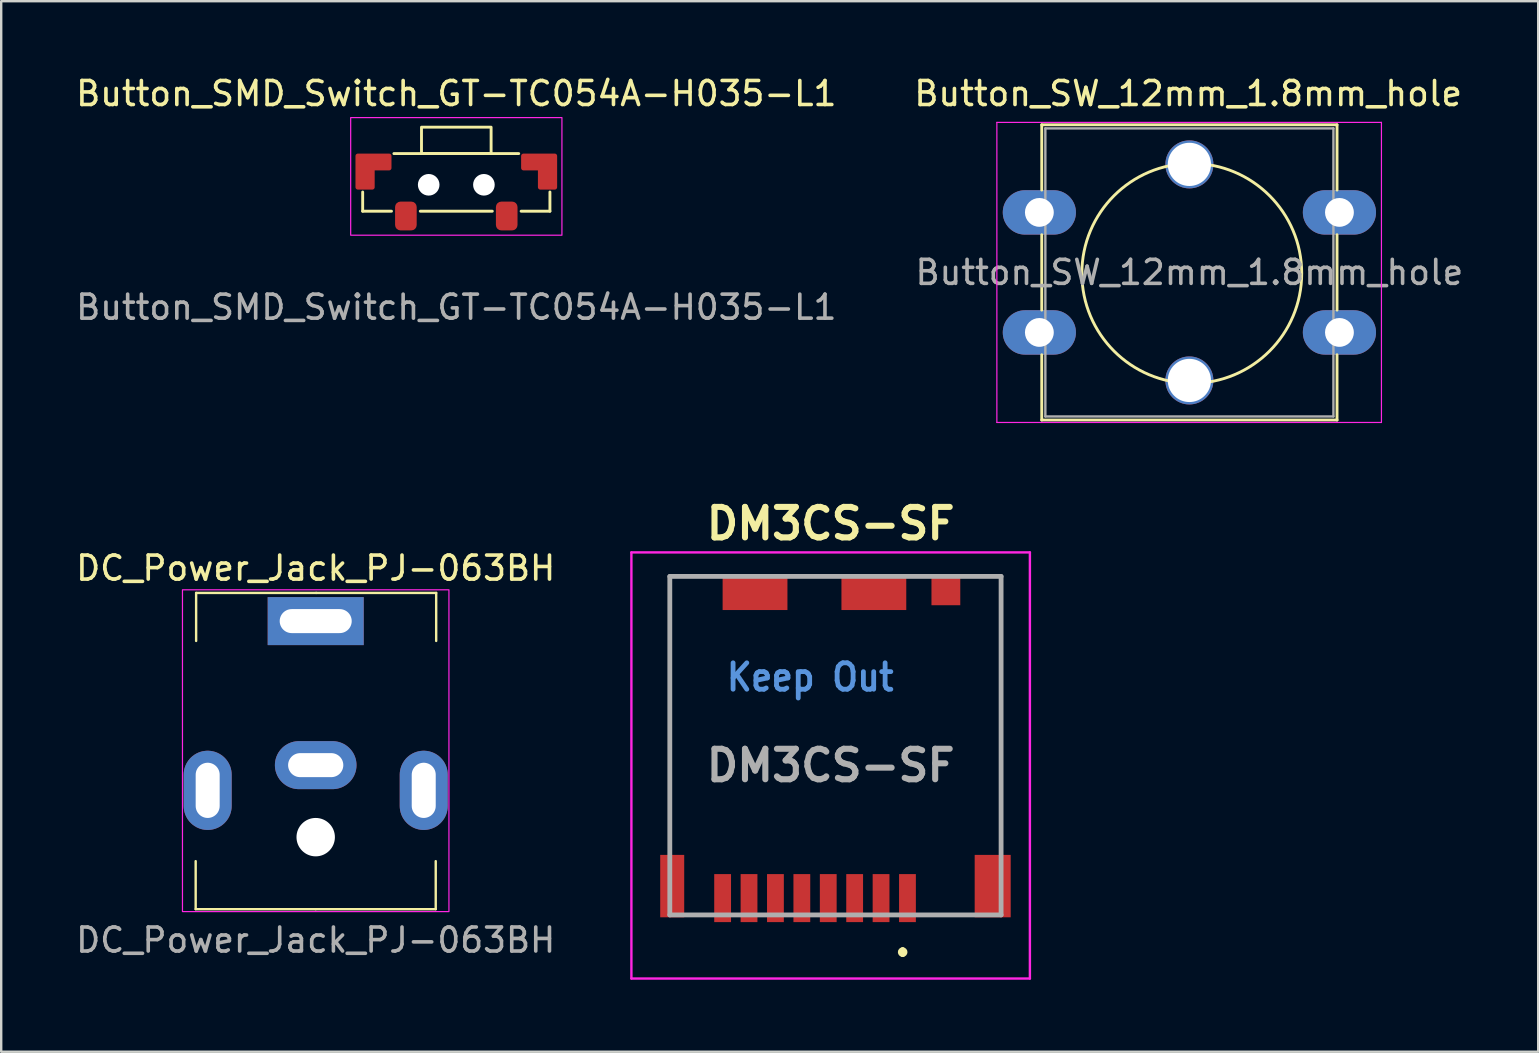
<source format=kicad_pcb>
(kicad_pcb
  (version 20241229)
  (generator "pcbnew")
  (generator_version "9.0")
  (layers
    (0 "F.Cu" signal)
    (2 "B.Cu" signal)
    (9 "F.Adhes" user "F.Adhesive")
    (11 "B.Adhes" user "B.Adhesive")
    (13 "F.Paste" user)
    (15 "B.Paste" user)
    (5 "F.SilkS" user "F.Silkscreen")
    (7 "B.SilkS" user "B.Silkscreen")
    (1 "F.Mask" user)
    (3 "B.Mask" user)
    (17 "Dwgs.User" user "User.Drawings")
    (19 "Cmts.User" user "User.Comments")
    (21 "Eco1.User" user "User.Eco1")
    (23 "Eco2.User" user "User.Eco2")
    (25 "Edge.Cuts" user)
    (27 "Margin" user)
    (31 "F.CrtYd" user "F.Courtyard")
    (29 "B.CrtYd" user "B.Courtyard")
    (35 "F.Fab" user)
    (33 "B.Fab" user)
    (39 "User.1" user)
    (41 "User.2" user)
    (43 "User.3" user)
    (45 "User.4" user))
  (footprint "Button_SW_12mm_1.8mm_hole"
    (layer "F.Cu")
    (at 46.496 8.298)
    (property "Reference" "Button_SW_12mm_1.8mm_hole" (at -0.05 -7.45 0) (unlocked yes) (layer "F.SilkS") (effects (font (size 1 1) (thickness 0.15))))
    (attr through_hole)
    (fp_line (start -6.15 -6.15) (end 6.15 -6.15) (stroke (width 0.12) (type solid)) (layer "F.SilkS"))
    (fp_line (start -6.15 -3.43) (end -6.15 -6.15) (stroke (width 0.12) (type solid)) (layer "F.SilkS"))
    (fp_line (start -6.15 1.57) (end -6.15 -1.57) (stroke (width 0.12) (type solid)) (layer "F.SilkS"))
    (fp_line (start -6.15 6.15) (end -6.15 3.43) (stroke (width 0.12) (type solid)) (layer "F.SilkS"))
    (fp_line (start 6.15 -6.15) (end 6.15 -3.43) (stroke (width 0.12) (type solid)) (layer "F.SilkS"))
    (fp_line (start 6.15 -1.57) (end 6.15 1.57) (stroke (width 0.12) (type solid)) (layer "F.SilkS"))
    (fp_line (start 6.15 3.43) (end 6.15 6.15) (stroke (width 0.12) (type solid)) (layer "F.SilkS"))
    (fp_line (start 6.15 6.15) (end -6.15 6.15) (stroke (width 0.12) (type solid)) (layer "F.SilkS"))
    (fp_circle (center 0.1 0.04) (end 3.91 2.58) (stroke (width 0.12) (type solid)) (fill no) (layer "F.SilkS"))
    (fp_line (start -8.02 -6.25) (end -8.02 6.25) (stroke (width 0.05) (type solid)) (layer "F.CrtYd"))
    (fp_line (start -8.02 -6.25) (end 8 -6.25) (stroke (width 0.05) (type solid)) (layer "F.CrtYd"))
    (fp_line (start 8 6.25) (end -8.02 6.25) (stroke (width 0.05) (type solid)) (layer "F.CrtYd"))
    (fp_line (start 8 6.25) (end 8 -6.25) (stroke (width 0.05) (type solid)) (layer "F.CrtYd"))
    (fp_line (start -6 -6) (end -6 6) (stroke (width 0.1) (type solid)) (layer "F.Fab"))
    (fp_line (start -6 -6) (end 6 -6) (stroke (width 0.1) (type solid)) (layer "F.Fab"))
    (fp_line (start -6 6) (end 6 6) (stroke (width 0.1) (type solid)) (layer "F.Fab"))
    (fp_line (start 6 -6) (end 6 6) (stroke (width 0.1) (type solid)) (layer "F.Fab"))
    (fp_text user "${REFERENCE}" (at 0 0 0) (unlocked yes) (layer "F.Fab") (effects (font (size 1 1) (thickness 0.15))))
    (pad "" np_thru_hole circle (at 0 -4.5) (size 2 2) (drill 1.8) (layers "*.Cu"))
    (pad "" np_thru_hole circle (at 0 4.5) (size 2 2) (drill 1.8) (layers "*.Cu"))
    (pad "1" thru_hole oval (at -6.25 -2.5) (size 3.048 1.85) (drill 1.2) (layers "*.Cu" "*.Mask"))
    (pad "1" thru_hole oval (at 6.25 -2.5) (size 3.048 1.85) (drill 1.2) (layers "*.Cu" "*.Mask"))
    (pad "2" thru_hole oval (at -6.25 2.5) (size 3.048 1.85) (drill 1.2) (layers "*.Cu" "*.Mask"))
    (pad "2" thru_hole oval (at 6.25 2.5) (size 3.048 1.85) (drill 1.2) (layers "*.Cu" "*.Mask")))
  (footprint "DM3CS-SF"
    (layer "F.Cu")
    (at 31.552 28.012)
    (property "Reference" "DM3CS-SF" (at 0 -9.25 0) (layer "F.SilkS") (effects (font (size 1.27 1.27) (thickness 0.254))))
    (attr smd)
    (fp_line (start -6.7 -7.05) (end -6.7 4.224) (stroke (width 0.1) (type solid)) (layer "F.SilkS"))
    (fp_line (start 3 8.5) (end 3 8.5) (stroke (width 0.2) (type solid)) (layer "F.SilkS"))
    (fp_line (start 3 8.7) (end 3 8.7) (stroke (width 0.2) (type solid)) (layer "F.SilkS"))
    (fp_line (start 7.1 -7.05) (end 7.1 4.25) (stroke (width 0.1) (type solid)) (layer "F.SilkS"))
    (fp_arc (start 3 8.5) (mid 3.1 8.6) (end 3 8.7) (stroke (width 0.2) (type solid)) (layer "F.SilkS"))
    (fp_arc (start 3 8.7) (mid 2.9 8.6) (end 3 8.5) (stroke (width 0.2) (type solid)) (layer "F.SilkS"))
    (fp_line (start -8.3 -8.05) (end 8.3 -8.05) (stroke (width 0.1) (type solid)) (layer "F.CrtYd"))
    (fp_line (start -8.3 9.7) (end -8.3 -8.05) (stroke (width 0.1) (type solid)) (layer "F.CrtYd"))
    (fp_line (start 8.3 -8.05) (end 8.3 9.7) (stroke (width 0.1) (type solid)) (layer "F.CrtYd"))
    (fp_line (start 8.3 9.7) (end -8.3 9.7) (stroke (width 0.1) (type solid)) (layer "F.CrtYd"))
    (fp_line (start -6.7 -7.05) (end 7.1 -7.05) (stroke (width 0.2) (type solid)) (layer "F.Fab"))
    (fp_line (start -6.7 7.05) (end -6.7 -7.05) (stroke (width 0.2) (type solid)) (layer "F.Fab"))
    (fp_line (start 7.1 -7.05) (end 7.1 7.05) (stroke (width 0.2) (type solid)) (layer "F.Fab"))
    (fp_line (start 7.1 7.05) (end -6.7 7.05) (stroke (width 0.2) (type solid)) (layer "F.Fab"))
    (fp_text user "Keep Out" (at -0.85 -2.85 0) (unlocked yes) (layer "Cmts.User") (effects (font (size 1.1 1) (thickness 0.2))))
    (fp_text user "${REFERENCE}" (at 0 0.825 0) (layer "F.Fab") (effects (font (size 1.27 1.27) (thickness 0.254))))
    (pad "1" smd rect (at 3.2 6.35) (size 0.7 2) (layers "F.Cu" "F.Mask" "F.Paste"))
    (pad "2" smd rect (at 2.1 6.35) (size 0.7 2) (layers "F.Cu" "F.Mask" "F.Paste"))
    (pad "3" smd rect (at 1 6.35) (size 0.7 2) (layers "F.Cu" "F.Mask" "F.Paste"))
    (pad "4" smd rect (at -0.1 6.35) (size 0.7 2) (layers "F.Cu" "F.Mask" "F.Paste"))
    (pad "5" smd rect (at -1.2 6.35) (size 0.7 2) (layers "F.Cu" "F.Mask" "F.Paste"))
    (pad "6" smd rect (at -2.3 6.35) (size 0.7 2) (layers "F.Cu" "F.Mask" "F.Paste"))
    (pad "7" smd rect (at -3.4 6.35) (size 0.7 2) (layers "F.Cu" "F.Mask" "F.Paste"))
    (pad "8" smd rect (at -4.5 6.35) (size 0.7 2) (layers "F.Cu" "F.Mask" "F.Paste"))
    (pad "9" smd rect (at 1.8 -6.35) (size 2.7 1.4) (layers "F.Cu" "F.Mask" "F.Paste"))
    (pad "11" smd rect (at -6.6 5.85) (size 1 2.6) (layers "F.Cu" "F.Mask" "F.Paste"))
    (pad "11" smd rect (at -3.15 -6.35) (size 2.7 1.4) (layers "F.Cu" "F.Mask" "F.Paste"))
    (pad "11" smd rect (at 4.8 -6.45 90) (size 1.2 1.2) (layers "F.Cu" "F.Mask" "F.Paste"))
    (pad "11" smd rect (at 6.75 5.85) (size 1.5 2.6) (layers "F.Cu" "F.Mask" "F.Paste"))
    (zone (net_name "") (layer "F.Cu") (name "Keep Out") (hatch full 0.508) (connect_pads) (min_thickness 0.254) (filled_areas_thickness no) (keepout (tracks not_allowed) (vias not_allowed) (pads not_allowed) (copperpour not_allowed) (footprints not_allowed)) (placement (enabled no)) (fill) (polygon (pts (xy 25.252 32.562) (xy 24.652 32.562) (xy 24.652 28.762) (xy 25.252 28.762))))
    (zone (net_name "") (layer "F.Cu") (name "Keep Out") (hatch full 0.508) (connect_pads) (min_thickness 0.254) (filled_areas_thickness no) (keepout (tracks not_allowed) (vias not_allowed) (pads not_allowed) (copperpour not_allowed) (footprints not_allowed)) (placement (enabled no)) (fill) (polygon (pts (xy 35.252 26.362) (xy 26.452 26.362) (xy 26.452 23.862) (xy 35.252 23.862))))
    (zone (net_name "") (layer "F.Cu") (name "Keep Out") (hatch full 0.508) (connect_pads) (min_thickness 0.254) (filled_areas_thickness no) (keepout (tracks not_allowed) (vias not_allowed) (pads not_allowed) (copperpour not_allowed) (footprints not_allowed)) (placement (enabled no)) (fill) (polygon (pts (xy 38.852 32.562) (xy 38.252 32.562) (xy 38.252 28.762) (xy 38.852 28.762)))))
  (footprint "Button_SMD_Switch_GT-TC054A-H035-L1"
    (layer "F.Cu")
    (at 15.958 4.648)
    (property "Reference" "Button_SMD_Switch_GT-TC054A-H035-L1" (at 0 -3.8 0) (unlocked yes) (layer "F.SilkS") (effects (font (size 1 1) (thickness 0.15))))
    (attr smd)
    (fp_poly (pts (xy -2.8 -0.7) (xy -3.5 -0.7) (xy -3.5 0.1) (xy -4.1 0.1) (xy -4.1 -1.2) (xy -2.8 -1.2)) (stroke (width 0.2) (type solid)) (fill yes) (layer "F.Cu"))
    (fp_poly (pts (xy 2.8 -0.7) (xy 3.5 -0.7) (xy 3.5 0.1) (xy 4.1 0.1) (xy 4.1 -1.2) (xy 2.8 -1.2)) (stroke (width 0.2) (type solid)) (fill yes) (layer "F.Cu"))
    (fp_poly (pts (xy -2.8 -0.7) (xy -3.5 -0.7) (xy -3.5 0.1) (xy -4.1 0.1) (xy -4.1 -1.2) (xy -2.8 -1.2)) (stroke (width 0.2) (type solid)) (fill yes) (layer "F.Mask"))
    (fp_poly (pts (xy 2.8 -0.7) (xy 3.5 -0.7) (xy 3.5 0.1) (xy 4.1 0.1) (xy 4.1 -1.2) (xy 2.8 -1.2)) (stroke (width 0.2) (type solid)) (fill yes) (layer "F.Mask"))
    (fp_line (start -3.9 0.3) (end -3.9 1.1) (stroke (width 0.12) (type solid)) (layer "F.SilkS"))
    (fp_line (start -3.9 1.1) (end -2.7 1.1) (stroke (width 0.12) (type solid)) (layer "F.SilkS"))
    (fp_line (start -2.6 -1.3) (end 2.6 -1.3) (stroke (width 0.12) (type solid)) (layer "F.SilkS"))
    (fp_line (start -1.5 1.1) (end 1.5 1.1) (stroke (width 0.12) (type solid)) (layer "F.SilkS"))
    (fp_line (start 3.9 0.3) (end 3.9 1.1) (stroke (width 0.12) (type solid)) (layer "F.SilkS"))
    (fp_line (start 3.9 1.1) (end 2.7 1.1) (stroke (width 0.12) (type solid)) (layer "F.SilkS"))
    (fp_rect (start -1.45 -1.3) (end 1.45 -2.4) (stroke (width 0.12) (type solid)) (fill no) (layer "F.SilkS"))
    (fp_poly (pts (xy -2.8 -0.7) (xy -3.5 -0.7) (xy -3.5 0.1) (xy -4.1 0.1) (xy -4.1 -1.2) (xy -2.8 -1.2)) (stroke (width 0.2) (type solid)) (fill yes) (layer "F.Paste"))
    (fp_poly (pts (xy 2.8 -0.7) (xy 3.5 -0.7) (xy 3.5 0.1) (xy 4.1 0.1) (xy 4.1 -1.2) (xy 2.8 -1.2)) (stroke (width 0.2) (type solid)) (fill yes) (layer "F.Paste"))
    (fp_rect (start -4.4 -2.8) (end 4.4 2.1) (stroke (width 0.05) (type solid)) (fill no) (layer "F.CrtYd"))
    (fp_text user "${REFERENCE}" (at 0 5.1 0) (unlocked yes) (layer "F.Fab") (effects (font (size 1 1) (thickness 0.15))))
    (pad "" np_thru_hole circle (at -1.15 0) (size 0.9 0.9) (drill 0.9) (layers "*.Cu" "*.Mask"))
    (pad "" np_thru_hole circle (at 1.15 0) (size 0.9 0.9) (drill 0.9) (layers "*.Cu" "*.Mask"))
    (pad "1" smd roundrect (at -2.1 1.3) (size 0.9 1.2) (layers "F.Cu" "F.Mask" "F.Paste") (roundrect_rratio 0.25))
    (pad "2" smd roundrect (at 2.1 1.3) (size 0.9 1.2) (layers "F.Cu" "F.Mask" "F.Paste") (roundrect_rratio 0.25)))
  (footprint "DC_Power_Jack_PJ-063BH"
    (layer "F.Cu")
    (at 10.101 17.823)
    (property "Reference" "DC_Power_Jack_PJ-063BH" (at 0 2.794 0) (unlocked yes) (layer "F.SilkS") (effects (font (size 1 1) (thickness 0.15))))
    (fp_line (start -5 17) (end -5 15) (stroke (width 0.1) (type default)) (layer "F.SilkS"))
    (fp_line (start -4.981 3.826) (end -4.981 5.826) (stroke (width 0.1) (type default)) (layer "F.SilkS"))
    (fp_line (start 0 17) (end -5 17) (stroke (width 0.1) (type default)) (layer "F.SilkS"))
    (fp_line (start 0 17) (end 5 17) (stroke (width 0.1) (type default)) (layer "F.SilkS"))
    (fp_line (start 0.019 3.826) (end -4.981 3.826) (stroke (width 0.1) (type default)) (layer "F.SilkS"))
    (fp_line (start 0.019 3.826) (end 5.019 3.826) (stroke (width 0.1) (type default)) (layer "F.SilkS"))
    (fp_line (start 5 17) (end 5 15) (stroke (width 0.1) (type default)) (layer "F.SilkS"))
    (fp_line (start 5.019 3.826) (end 5.019 5.826) (stroke (width 0.1) (type default)) (layer "F.SilkS"))
    (fp_rect (start -5.55 3.696) (end 5.55 17.1) (stroke (width 0.05) (type default)) (fill no) (layer "F.CrtYd"))
    (fp_text user "${REFERENCE}" (at 0 18.288 0) (unlocked yes) (layer "F.Fab") (effects (font (size 1 1) (thickness 0.15))))
    (pad "" thru_hole oval (at -4.5 12.05 90) (size 3.3 2) (drill oval 2.3 1) (layers "*.Cu" "*.Mask"))
    (pad "" np_thru_hole circle (at 0 14) (size 1.6 1.6) (drill 1.6) (layers "*.Cu" "*.Mask"))
    (pad "" thru_hole oval (at 4.5 12.05 270) (size 3.3 2) (drill oval 2.3 1) (layers "*.Cu" "*.Mask"))
    (pad "1" thru_hole rect (at 0 5 180) (size 4 2) (drill oval 3 1) (layers "*.Cu" "*.Mask"))
    (pad "2" thru_hole oval (at 0 11 180) (size 3.4 2) (drill oval 2.3 1) (layers "*.Cu" "*.Mask")))
  (gr_rect
    (start -3 -3)
    (end 61.026 40.762)
    (stroke (width 0.1) (type default))
    (fill no)
    (layer "Edge.Cuts")))
</source>
